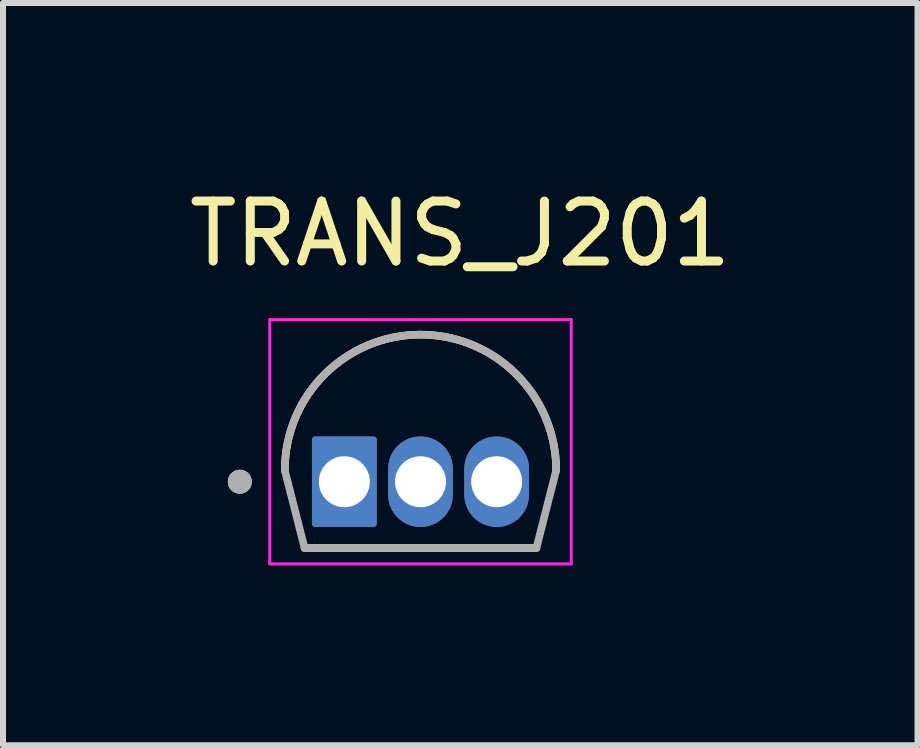
<source format=kicad_pcb>
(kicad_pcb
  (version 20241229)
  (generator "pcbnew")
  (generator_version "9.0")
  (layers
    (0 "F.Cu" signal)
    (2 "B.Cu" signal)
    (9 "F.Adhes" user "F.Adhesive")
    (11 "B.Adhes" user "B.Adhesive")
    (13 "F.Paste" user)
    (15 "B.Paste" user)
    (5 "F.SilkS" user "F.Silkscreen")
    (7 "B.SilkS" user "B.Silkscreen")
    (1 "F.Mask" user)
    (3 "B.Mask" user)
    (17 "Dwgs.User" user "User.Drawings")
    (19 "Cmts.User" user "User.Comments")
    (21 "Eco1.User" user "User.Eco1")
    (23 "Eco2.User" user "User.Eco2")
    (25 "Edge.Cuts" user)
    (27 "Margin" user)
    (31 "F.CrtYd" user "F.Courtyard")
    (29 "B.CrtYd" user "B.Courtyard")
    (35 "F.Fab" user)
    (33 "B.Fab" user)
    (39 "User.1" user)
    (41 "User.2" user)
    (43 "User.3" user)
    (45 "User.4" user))
  (footprint "TRANS_J201"
    (layer "F.Cu")
    (at 3.962 4.983)
    (property "Reference" "TRANS_J201" (at 0.662 -4.135 0) (layer "F.SilkS") (effects (font (size 1 1) (thickness 0.15))))
    (attr through_hole)
    (fp_poly (pts (xy -0.635 0.215) (xy -0.635 -0.215) (xy -0.634 -0.248) (xy -0.632 -0.281) (xy -0.627 -0.314) (xy -0.621 -0.347) (xy -0.613 -0.379) (xy -0.604 -0.411) (xy -0.593 -0.443) (xy -0.58 -0.473) (xy -0.566 -0.503) (xy -0.55 -0.532) (xy -0.533 -0.561) (xy -0.514 -0.588) (xy -0.493 -0.615) (xy -0.472 -0.64) (xy -0.449 -0.664) (xy -0.425 -0.687) (xy -0.4 -0.708) (xy -0.373 -0.729) (xy -0.346 -0.748) (xy -0.317 -0.765) (xy -0.288 -0.781) (xy -0.258 -0.795) (xy -0.228 -0.808) (xy -0.196 -0.819) (xy -0.164 -0.828) (xy -0.132 -0.836) (xy -0.099 -0.842) (xy -0.066 -0.847) (xy -0.033 -0.849) (xy 0 -0.85) (xy 0.033 -0.849) (xy 0.066 -0.847) (xy 0.099 -0.842) (xy 0.132 -0.836) (xy 0.164 -0.828) (xy 0.196 -0.819) (xy 0.228 -0.808) (xy 0.258 -0.795) (xy 0.288 -0.781) (xy 0.318 -0.765) (xy 0.346 -0.748) (xy 0.373 -0.729) (xy 0.4 -0.708) (xy 0.425 -0.687) (xy 0.449 -0.664) (xy 0.472 -0.64) (xy 0.493 -0.615) (xy 0.514 -0.588) (xy 0.533 -0.561) (xy 0.55 -0.532) (xy 0.566 -0.503) (xy 0.58 -0.473) (xy 0.593 -0.443) (xy 0.604 -0.411) (xy 0.613 -0.379) (xy 0.621 -0.347) (xy 0.627 -0.314) (xy 0.632 -0.281) (xy 0.634 -0.248) (xy 0.635 -0.215) (xy 0.635 0.215) (xy 0.634 0.248) (xy 0.632 0.281) (xy 0.627 0.314) (xy 0.621 0.347) (xy 0.613 0.379) (xy 0.604 0.411) (xy 0.593 0.443) (xy 0.58 0.473) (xy 0.566 0.503) (xy 0.55 0.532) (xy 0.533 0.561) (xy 0.514 0.588) (xy 0.493 0.615) (xy 0.472 0.64) (xy 0.449 0.664) (xy 0.425 0.687) (xy 0.4 0.708) (xy 0.373 0.729) (xy 0.346 0.748) (xy 0.318 0.765) (xy 0.288 0.781) (xy 0.258 0.795) (xy 0.228 0.808) (xy 0.196 0.819) (xy 0.164 0.828) (xy 0.132 0.836) (xy 0.099 0.842) (xy 0.066 0.847) (xy 0.033 0.849) (xy 0 0.85) (xy -0.033 0.849) (xy -0.066 0.847) (xy -0.099 0.842) (xy -0.132 0.836) (xy -0.164 0.828) (xy -0.196 0.819) (xy -0.228 0.808) (xy -0.258 0.795) (xy -0.288 0.781) (xy -0.317 0.765) (xy -0.346 0.748) (xy -0.373 0.729) (xy -0.4 0.708) (xy -0.425 0.687) (xy -0.449 0.664) (xy -0.472 0.64) (xy -0.493 0.615) (xy -0.514 0.588) (xy -0.533 0.561) (xy -0.55 0.532) (xy -0.566 0.503) (xy -0.58 0.473) (xy -0.593 0.443) (xy -0.604 0.411) (xy -0.613 0.379) (xy -0.621 0.347) (xy -0.627 0.314) (xy -0.632 0.281) (xy -0.634 0.248) (xy -0.635 0.215)) (stroke (width 0.01) (type solid)) (fill yes) (layer "F.Mask"))
    (fp_poly (pts (xy 0.635 0.215) (xy 0.635 -0.215) (xy 0.636 -0.248) (xy 0.638 -0.281) (xy 0.643 -0.314) (xy 0.649 -0.347) (xy 0.657 -0.379) (xy 0.666 -0.411) (xy 0.677 -0.443) (xy 0.69 -0.473) (xy 0.704 -0.503) (xy 0.72 -0.532) (xy 0.737 -0.561) (xy 0.756 -0.588) (xy 0.777 -0.615) (xy 0.798 -0.64) (xy 0.821 -0.664) (xy 0.845 -0.687) (xy 0.87 -0.708) (xy 0.897 -0.729) (xy 0.924 -0.748) (xy 0.953 -0.765) (xy 0.982 -0.781) (xy 1.012 -0.795) (xy 1.042 -0.808) (xy 1.074 -0.819) (xy 1.106 -0.828) (xy 1.138 -0.836) (xy 1.171 -0.842) (xy 1.204 -0.847) (xy 1.237 -0.849) (xy 1.27 -0.85) (xy 1.303 -0.849) (xy 1.336 -0.847) (xy 1.369 -0.842) (xy 1.402 -0.836) (xy 1.434 -0.828) (xy 1.466 -0.819) (xy 1.498 -0.808) (xy 1.528 -0.795) (xy 1.558 -0.781) (xy 1.588 -0.765) (xy 1.616 -0.748) (xy 1.643 -0.729) (xy 1.67 -0.708) (xy 1.695 -0.687) (xy 1.719 -0.664) (xy 1.742 -0.64) (xy 1.763 -0.615) (xy 1.784 -0.588) (xy 1.803 -0.561) (xy 1.82 -0.532) (xy 1.836 -0.503) (xy 1.85 -0.473) (xy 1.863 -0.443) (xy 1.874 -0.411) (xy 1.883 -0.379) (xy 1.891 -0.347) (xy 1.897 -0.314) (xy 1.902 -0.281) (xy 1.904 -0.248) (xy 1.905 -0.215) (xy 1.905 0.215) (xy 1.904 0.248) (xy 1.902 0.281) (xy 1.897 0.314) (xy 1.891 0.347) (xy 1.883 0.379) (xy 1.874 0.411) (xy 1.863 0.443) (xy 1.85 0.473) (xy 1.836 0.503) (xy 1.82 0.532) (xy 1.803 0.561) (xy 1.784 0.588) (xy 1.763 0.615) (xy 1.742 0.64) (xy 1.719 0.664) (xy 1.695 0.687) (xy 1.67 0.708) (xy 1.643 0.729) (xy 1.616 0.748) (xy 1.588 0.765) (xy 1.558 0.781) (xy 1.528 0.795) (xy 1.498 0.808) (xy 1.466 0.819) (xy 1.434 0.828) (xy 1.402 0.836) (xy 1.369 0.842) (xy 1.336 0.847) (xy 1.303 0.849) (xy 1.27 0.85) (xy 1.237 0.849) (xy 1.204 0.847) (xy 1.171 0.842) (xy 1.138 0.836) (xy 1.106 0.828) (xy 1.074 0.819) (xy 1.042 0.808) (xy 1.012 0.795) (xy 0.982 0.781) (xy 0.953 0.765) (xy 0.924 0.748) (xy 0.897 0.729) (xy 0.87 0.708) (xy 0.845 0.687) (xy 0.821 0.664) (xy 0.798 0.64) (xy 0.777 0.615) (xy 0.756 0.588) (xy 0.737 0.561) (xy 0.72 0.532) (xy 0.704 0.503) (xy 0.69 0.473) (xy 0.677 0.443) (xy 0.666 0.411) (xy 0.657 0.379) (xy 0.649 0.347) (xy 0.643 0.314) (xy 0.638 0.281) (xy 0.636 0.248) (xy 0.635 0.215)) (stroke (width 0.01) (type solid)) (fill yes) (layer "F.Mask"))
    (fp_poly (pts (xy -0.635 -0.75) (xy -0.635 0.75) (xy -0.635 0.755) (xy -0.636 0.76) (xy -0.636 0.766) (xy -0.637 0.771) (xy -0.638 0.776) (xy -0.64 0.781) (xy -0.642 0.786) (xy -0.644 0.791) (xy -0.646 0.795) (xy -0.648 0.8) (xy -0.651 0.804) (xy -0.654 0.809) (xy -0.657 0.813) (xy -0.661 0.817) (xy -0.664 0.821) (xy -0.668 0.824) (xy -0.672 0.828) (xy -0.676 0.831) (xy -0.681 0.834) (xy -0.685 0.837) (xy -0.69 0.839) (xy -0.694 0.841) (xy -0.699 0.843) (xy -0.704 0.845) (xy -0.709 0.847) (xy -0.714 0.848) (xy -0.719 0.849) (xy -0.725 0.849) (xy -0.73 0.85) (xy -0.735 0.85) (xy -1.805 0.85) (xy -1.81 0.85) (xy -1.815 0.849) (xy -1.821 0.849) (xy -1.826 0.848) (xy -1.831 0.847) (xy -1.836 0.845) (xy -1.841 0.843) (xy -1.846 0.841) (xy -1.85 0.839) (xy -1.855 0.837) (xy -1.859 0.834) (xy -1.864 0.831) (xy -1.868 0.828) (xy -1.872 0.824) (xy -1.876 0.821) (xy -1.879 0.817) (xy -1.883 0.813) (xy -1.886 0.809) (xy -1.889 0.804) (xy -1.892 0.8) (xy -1.894 0.795) (xy -1.896 0.791) (xy -1.898 0.786) (xy -1.9 0.781) (xy -1.902 0.776) (xy -1.903 0.771) (xy -1.904 0.766) (xy -1.904 0.76) (xy -1.905 0.755) (xy -1.905 0.75) (xy -1.905 -0.75) (xy -1.905 -0.755) (xy -1.904 -0.76) (xy -1.904 -0.766) (xy -1.903 -0.771) (xy -1.902 -0.776) (xy -1.9 -0.781) (xy -1.898 -0.786) (xy -1.896 -0.791) (xy -1.894 -0.795) (xy -1.892 -0.8) (xy -1.889 -0.804) (xy -1.886 -0.809) (xy -1.883 -0.813) (xy -1.879 -0.817) (xy -1.876 -0.821) (xy -1.872 -0.824) (xy -1.868 -0.828) (xy -1.864 -0.831) (xy -1.859 -0.834) (xy -1.855 -0.837) (xy -1.85 -0.839) (xy -1.846 -0.841) (xy -1.841 -0.843) (xy -1.836 -0.845) (xy -1.831 -0.847) (xy -1.826 -0.848) (xy -1.821 -0.849) (xy -1.815 -0.849) (xy -1.81 -0.85) (xy -1.805 -0.85) (xy -0.735 -0.85) (xy -0.73 -0.85) (xy -0.725 -0.849) (xy -0.719 -0.849) (xy -0.714 -0.848) (xy -0.709 -0.847) (xy -0.704 -0.845) (xy -0.699 -0.843) (xy -0.694 -0.841) (xy -0.69 -0.839) (xy -0.685 -0.837) (xy -0.681 -0.834) (xy -0.676 -0.831) (xy -0.672 -0.828) (xy -0.668 -0.824) (xy -0.664 -0.821) (xy -0.661 -0.817) (xy -0.657 -0.813) (xy -0.654 -0.809) (xy -0.651 -0.804) (xy -0.648 -0.8) (xy -0.646 -0.795) (xy -0.644 -0.791) (xy -0.642 -0.786) (xy -0.64 -0.781) (xy -0.638 -0.776) (xy -0.637 -0.771) (xy -0.636 -0.766) (xy -0.636 -0.76) (xy -0.635 -0.755) (xy -0.635 -0.75)) (stroke (width 0.01) (type solid)) (fill yes) (layer "F.Mask"))
    (fp_poly (pts (xy -0.635 0.215) (xy -0.635 -0.215) (xy -0.634 -0.248) (xy -0.632 -0.281) (xy -0.627 -0.314) (xy -0.621 -0.347) (xy -0.613 -0.379) (xy -0.604 -0.411) (xy -0.593 -0.443) (xy -0.58 -0.473) (xy -0.566 -0.503) (xy -0.55 -0.532) (xy -0.533 -0.561) (xy -0.514 -0.588) (xy -0.493 -0.615) (xy -0.472 -0.64) (xy -0.449 -0.664) (xy -0.425 -0.687) (xy -0.4 -0.708) (xy -0.373 -0.729) (xy -0.346 -0.748) (xy -0.317 -0.765) (xy -0.288 -0.781) (xy -0.258 -0.795) (xy -0.228 -0.808) (xy -0.196 -0.819) (xy -0.164 -0.828) (xy -0.132 -0.836) (xy -0.099 -0.842) (xy -0.066 -0.847) (xy -0.033 -0.849) (xy 0 -0.85) (xy 0.033 -0.849) (xy 0.066 -0.847) (xy 0.099 -0.842) (xy 0.132 -0.836) (xy 0.164 -0.828) (xy 0.196 -0.819) (xy 0.228 -0.808) (xy 0.258 -0.795) (xy 0.288 -0.781) (xy 0.318 -0.765) (xy 0.346 -0.748) (xy 0.373 -0.729) (xy 0.4 -0.708) (xy 0.425 -0.687) (xy 0.449 -0.664) (xy 0.472 -0.64) (xy 0.493 -0.615) (xy 0.514 -0.588) (xy 0.533 -0.561) (xy 0.55 -0.532) (xy 0.566 -0.503) (xy 0.58 -0.473) (xy 0.593 -0.443) (xy 0.604 -0.411) (xy 0.613 -0.379) (xy 0.621 -0.347) (xy 0.627 -0.314) (xy 0.632 -0.281) (xy 0.634 -0.248) (xy 0.635 -0.215) (xy 0.635 0.215) (xy 0.634 0.248) (xy 0.632 0.281) (xy 0.627 0.314) (xy 0.621 0.347) (xy 0.613 0.379) (xy 0.604 0.411) (xy 0.593 0.443) (xy 0.58 0.473) (xy 0.566 0.503) (xy 0.55 0.532) (xy 0.533 0.561) (xy 0.514 0.588) (xy 0.493 0.615) (xy 0.472 0.64) (xy 0.449 0.664) (xy 0.425 0.687) (xy 0.4 0.708) (xy 0.373 0.729) (xy 0.346 0.748) (xy 0.318 0.765) (xy 0.288 0.781) (xy 0.258 0.795) (xy 0.228 0.808) (xy 0.196 0.819) (xy 0.164 0.828) (xy 0.132 0.836) (xy 0.099 0.842) (xy 0.066 0.847) (xy 0.033 0.849) (xy 0 0.85) (xy -0.033 0.849) (xy -0.066 0.847) (xy -0.099 0.842) (xy -0.132 0.836) (xy -0.164 0.828) (xy -0.196 0.819) (xy -0.228 0.808) (xy -0.258 0.795) (xy -0.288 0.781) (xy -0.317 0.765) (xy -0.346 0.748) (xy -0.373 0.729) (xy -0.4 0.708) (xy -0.425 0.687) (xy -0.449 0.664) (xy -0.472 0.64) (xy -0.493 0.615) (xy -0.514 0.588) (xy -0.533 0.561) (xy -0.55 0.532) (xy -0.566 0.503) (xy -0.58 0.473) (xy -0.593 0.443) (xy -0.604 0.411) (xy -0.613 0.379) (xy -0.621 0.347) (xy -0.627 0.314) (xy -0.632 0.281) (xy -0.634 0.248) (xy -0.635 0.215)) (stroke (width 0.01) (type solid)) (fill yes) (layer "B.Mask"))
    (fp_poly (pts (xy 0.635 0.215) (xy 0.635 -0.215) (xy 0.636 -0.248) (xy 0.638 -0.281) (xy 0.643 -0.314) (xy 0.649 -0.347) (xy 0.657 -0.379) (xy 0.666 -0.411) (xy 0.677 -0.443) (xy 0.69 -0.473) (xy 0.704 -0.503) (xy 0.72 -0.532) (xy 0.737 -0.561) (xy 0.756 -0.588) (xy 0.777 -0.615) (xy 0.798 -0.64) (xy 0.821 -0.664) (xy 0.845 -0.687) (xy 0.87 -0.708) (xy 0.897 -0.729) (xy 0.924 -0.748) (xy 0.953 -0.765) (xy 0.982 -0.781) (xy 1.012 -0.795) (xy 1.042 -0.808) (xy 1.074 -0.819) (xy 1.106 -0.828) (xy 1.138 -0.836) (xy 1.171 -0.842) (xy 1.204 -0.847) (xy 1.237 -0.849) (xy 1.27 -0.85) (xy 1.303 -0.849) (xy 1.336 -0.847) (xy 1.369 -0.842) (xy 1.402 -0.836) (xy 1.434 -0.828) (xy 1.466 -0.819) (xy 1.498 -0.808) (xy 1.528 -0.795) (xy 1.558 -0.781) (xy 1.588 -0.765) (xy 1.616 -0.748) (xy 1.643 -0.729) (xy 1.67 -0.708) (xy 1.695 -0.687) (xy 1.719 -0.664) (xy 1.742 -0.64) (xy 1.763 -0.615) (xy 1.784 -0.588) (xy 1.803 -0.561) (xy 1.82 -0.532) (xy 1.836 -0.503) (xy 1.85 -0.473) (xy 1.863 -0.443) (xy 1.874 -0.411) (xy 1.883 -0.379) (xy 1.891 -0.347) (xy 1.897 -0.314) (xy 1.902 -0.281) (xy 1.904 -0.248) (xy 1.905 -0.215) (xy 1.905 0.215) (xy 1.904 0.248) (xy 1.902 0.281) (xy 1.897 0.314) (xy 1.891 0.347) (xy 1.883 0.379) (xy 1.874 0.411) (xy 1.863 0.443) (xy 1.85 0.473) (xy 1.836 0.503) (xy 1.82 0.532) (xy 1.803 0.561) (xy 1.784 0.588) (xy 1.763 0.615) (xy 1.742 0.64) (xy 1.719 0.664) (xy 1.695 0.687) (xy 1.67 0.708) (xy 1.643 0.729) (xy 1.616 0.748) (xy 1.588 0.765) (xy 1.558 0.781) (xy 1.528 0.795) (xy 1.498 0.808) (xy 1.466 0.819) (xy 1.434 0.828) (xy 1.402 0.836) (xy 1.369 0.842) (xy 1.336 0.847) (xy 1.303 0.849) (xy 1.27 0.85) (xy 1.237 0.849) (xy 1.204 0.847) (xy 1.171 0.842) (xy 1.138 0.836) (xy 1.106 0.828) (xy 1.074 0.819) (xy 1.042 0.808) (xy 1.012 0.795) (xy 0.982 0.781) (xy 0.953 0.765) (xy 0.924 0.748) (xy 0.897 0.729) (xy 0.87 0.708) (xy 0.845 0.687) (xy 0.821 0.664) (xy 0.798 0.64) (xy 0.777 0.615) (xy 0.756 0.588) (xy 0.737 0.561) (xy 0.72 0.532) (xy 0.704 0.503) (xy 0.69 0.473) (xy 0.677 0.443) (xy 0.666 0.411) (xy 0.657 0.379) (xy 0.649 0.347) (xy 0.643 0.314) (xy 0.638 0.281) (xy 0.636 0.248) (xy 0.635 0.215)) (stroke (width 0.01) (type solid)) (fill yes) (layer "B.Mask"))
    (fp_poly (pts (xy -0.635 -0.75) (xy -0.635 0.75) (xy -0.635 0.755) (xy -0.636 0.76) (xy -0.636 0.766) (xy -0.637 0.771) (xy -0.638 0.776) (xy -0.64 0.781) (xy -0.642 0.786) (xy -0.644 0.791) (xy -0.646 0.795) (xy -0.648 0.8) (xy -0.651 0.804) (xy -0.654 0.809) (xy -0.657 0.813) (xy -0.661 0.817) (xy -0.664 0.821) (xy -0.668 0.824) (xy -0.672 0.828) (xy -0.676 0.831) (xy -0.681 0.834) (xy -0.685 0.837) (xy -0.69 0.839) (xy -0.694 0.841) (xy -0.699 0.843) (xy -0.704 0.845) (xy -0.709 0.847) (xy -0.714 0.848) (xy -0.719 0.849) (xy -0.725 0.849) (xy -0.73 0.85) (xy -0.735 0.85) (xy -1.805 0.85) (xy -1.81 0.85) (xy -1.815 0.849) (xy -1.821 0.849) (xy -1.826 0.848) (xy -1.831 0.847) (xy -1.836 0.845) (xy -1.841 0.843) (xy -1.846 0.841) (xy -1.85 0.839) (xy -1.855 0.837) (xy -1.859 0.834) (xy -1.864 0.831) (xy -1.868 0.828) (xy -1.872 0.824) (xy -1.876 0.821) (xy -1.879 0.817) (xy -1.883 0.813) (xy -1.886 0.809) (xy -1.889 0.804) (xy -1.892 0.8) (xy -1.894 0.795) (xy -1.896 0.791) (xy -1.898 0.786) (xy -1.9 0.781) (xy -1.902 0.776) (xy -1.903 0.771) (xy -1.904 0.766) (xy -1.904 0.76) (xy -1.905 0.755) (xy -1.905 0.75) (xy -1.905 -0.75) (xy -1.905 -0.755) (xy -1.904 -0.76) (xy -1.904 -0.766) (xy -1.903 -0.771) (xy -1.902 -0.776) (xy -1.9 -0.781) (xy -1.898 -0.786) (xy -1.896 -0.791) (xy -1.894 -0.795) (xy -1.892 -0.8) (xy -1.889 -0.804) (xy -1.886 -0.809) (xy -1.883 -0.813) (xy -1.879 -0.817) (xy -1.876 -0.821) (xy -1.872 -0.824) (xy -1.868 -0.828) (xy -1.864 -0.831) (xy -1.859 -0.834) (xy -1.855 -0.837) (xy -1.85 -0.839) (xy -1.846 -0.841) (xy -1.841 -0.843) (xy -1.836 -0.845) (xy -1.831 -0.847) (xy -1.826 -0.848) (xy -1.821 -0.849) (xy -1.815 -0.849) (xy -1.81 -0.85) (xy -1.805 -0.85) (xy -0.735 -0.85) (xy -0.73 -0.85) (xy -0.725 -0.849) (xy -0.719 -0.849) (xy -0.714 -0.848) (xy -0.709 -0.847) (xy -0.704 -0.845) (xy -0.699 -0.843) (xy -0.694 -0.841) (xy -0.69 -0.839) (xy -0.685 -0.837) (xy -0.681 -0.834) (xy -0.676 -0.831) (xy -0.672 -0.828) (xy -0.668 -0.824) (xy -0.664 -0.821) (xy -0.661 -0.817) (xy -0.657 -0.813) (xy -0.654 -0.809) (xy -0.651 -0.804) (xy -0.648 -0.8) (xy -0.646 -0.795) (xy -0.644 -0.791) (xy -0.642 -0.786) (xy -0.64 -0.781) (xy -0.638 -0.776) (xy -0.637 -0.771) (xy -0.636 -0.766) (xy -0.636 -0.76) (xy -0.635 -0.755) (xy -0.635 -0.75)) (stroke (width 0.01) (type solid)) (fill yes) (layer "B.Mask"))
    (fp_line (start 1.933 1.105) (end -1.933 1.105) (stroke (width 0.127) (type solid)) (layer "F.SilkS"))
    (fp_arc (start -2.2625 -0.19) (mid 0 -2.4525) (end 2.2625 -0.19) (stroke (width 0.127) (type solid)) (layer "F.SilkS"))
    (fp_circle (center -3.013 0) (end -2.913 0) (stroke (width 0.2) (type solid)) (fill no) (layer "F.SilkS"))
    (fp_line (start -2.513 -2.703) (end -2.513 1.37) (stroke (width 0.05) (type solid)) (layer "F.CrtYd"))
    (fp_line (start -2.513 1.37) (end 2.513 1.37) (stroke (width 0.05) (type solid)) (layer "F.CrtYd"))
    (fp_line (start 2.513 -2.703) (end -2.513 -2.703) (stroke (width 0.05) (type solid)) (layer "F.CrtYd"))
    (fp_line (start 2.513 1.37) (end 2.513 -2.703) (stroke (width 0.05) (type solid)) (layer "F.CrtYd"))
    (fp_line (start -1.933 1.105) (end -2.263 -0.19) (stroke (width 0.127) (type solid)) (layer "F.Fab"))
    (fp_line (start 1.933 1.105) (end -1.933 1.105) (stroke (width 0.127) (type solid)) (layer "F.Fab"))
    (fp_line (start 1.933 1.105) (end 2.263 -0.19) (stroke (width 0.127) (type solid)) (layer "F.Fab"))
    (fp_arc (start -2.2625 -0.19) (mid 0 -2.4525) (end 2.2625 -0.19) (stroke (width 0.127) (type solid)) (layer "F.Fab"))
    (fp_circle (center -3.013 0) (end -2.913 0) (stroke (width 0.2) (type solid)) (fill no) (layer "F.Fab"))
    (pad "1" thru_hole custom (at -1.27 0) (size 1.07 1.07) (drill 0.85) (layers "*.Cu") (options (anchor circle)) (primitives (gr_poly (pts (xy -0.535 0.7) (xy -0.535 -0.7) (xy -0.535 -0.703) (xy -0.535 -0.705) (xy -0.534 -0.708) (xy -0.534 -0.71) (xy -0.533 -0.713) (xy -0.533 -0.715) (xy -0.532 -0.718) (xy -0.531 -0.72) (xy -0.53 -0.723) (xy -0.528 -0.725) (xy -0.527 -0.727) (xy -0.525 -0.729) (xy -0.524 -0.731) (xy -0.522 -0.733) (xy -0.52 -0.735) (xy -0.518 -0.737) (xy -0.516 -0.739) (xy -0.514 -0.74) (xy -0.512 -0.742) (xy -0.51 -0.743) (xy -0.508 -0.745) (xy -0.505 -0.746) (xy -0.503 -0.747) (xy -0.5 -0.748) (xy -0.498 -0.748) (xy -0.495 -0.749) (xy -0.493 -0.749) (xy -0.49 -0.75) (xy -0.488 -0.75) (xy -0.485 -0.75) (xy 0.485 -0.75) (xy 0.488 -0.75) (xy 0.49 -0.75) (xy 0.493 -0.749) (xy 0.495 -0.749) (xy 0.498 -0.748) (xy 0.5 -0.748) (xy 0.503 -0.747) (xy 0.505 -0.746) (xy 0.508 -0.745) (xy 0.51 -0.743) (xy 0.512 -0.742) (xy 0.514 -0.74) (xy 0.516 -0.739) (xy 0.518 -0.737) (xy 0.52 -0.735) (xy 0.522 -0.733) (xy 0.524 -0.731) (xy 0.525 -0.729) (xy 0.527 -0.727) (xy 0.528 -0.725) (xy 0.53 -0.723) (xy 0.531 -0.72) (xy 0.532 -0.718) (xy 0.533 -0.715) (xy 0.533 -0.713) (xy 0.534 -0.71) (xy 0.534 -0.708) (xy 0.535 -0.705) (xy 0.535 -0.703) (xy 0.535 -0.7) (xy 0.535 0.7) (xy 0.535 0.703) (xy 0.535 0.705) (xy 0.534 0.708) (xy 0.534 0.71) (xy 0.533 0.713) (xy 0.533 0.715) (xy 0.532 0.718) (xy 0.531 0.72) (xy 0.53 0.723) (xy 0.528 0.725) (xy 0.527 0.727) (xy 0.525 0.729) (xy 0.524 0.731) (xy 0.522 0.733) (xy 0.52 0.735) (xy 0.518 0.737) (xy 0.516 0.739) (xy 0.514 0.74) (xy 0.512 0.742) (xy 0.51 0.743) (xy 0.508 0.745) (xy 0.505 0.746) (xy 0.503 0.747) (xy 0.5 0.748) (xy 0.498 0.748) (xy 0.495 0.749) (xy 0.493 0.749) (xy 0.49 0.75) (xy 0.488 0.75) (xy 0.485 0.75) (xy -0.485 0.75) (xy -0.488 0.75) (xy -0.49 0.75) (xy -0.493 0.749) (xy -0.495 0.749) (xy -0.498 0.748) (xy -0.5 0.748) (xy -0.503 0.747) (xy -0.505 0.746) (xy -0.508 0.745) (xy -0.51 0.743) (xy -0.512 0.742) (xy -0.514 0.74) (xy -0.516 0.739) (xy -0.518 0.737) (xy -0.52 0.735) (xy -0.522 0.733) (xy -0.524 0.731) (xy -0.525 0.729) (xy -0.527 0.727) (xy -0.528 0.725) (xy -0.53 0.723) (xy -0.531 0.72) (xy -0.532 0.718) (xy -0.533 0.715) (xy -0.533 0.713) (xy -0.534 0.71) (xy -0.534 0.708) (xy -0.535 0.705) (xy -0.535 0.703) (xy -0.535 0.7)) (width 0.01) (fill yes))))
    (pad "2" thru_hole custom (at 0 0) (size 1.07 1.07) (drill 0.85) (layers "*.Cu") (options (anchor circle)) (primitives (gr_poly (pts (xy -0.535 0.215) (xy -0.535 -0.215) (xy -0.534 -0.243) (xy -0.532 -0.271) (xy -0.528 -0.299) (xy -0.523 -0.326) (xy -0.517 -0.353) (xy -0.509 -0.38) (xy -0.499 -0.407) (xy -0.489 -0.433) (xy -0.477 -0.458) (xy -0.463 -0.482) (xy -0.449 -0.506) (xy -0.433 -0.529) (xy -0.416 -0.552) (xy -0.398 -0.573) (xy -0.378 -0.593) (xy -0.358 -0.613) (xy -0.337 -0.631) (xy -0.314 -0.648) (xy -0.291 -0.664) (xy -0.267 -0.678) (xy -0.243 -0.692) (xy -0.218 -0.704) (xy -0.192 -0.714) (xy -0.165 -0.724) (xy -0.138 -0.732) (xy -0.111 -0.738) (xy -0.084 -0.743) (xy -0.056 -0.747) (xy -0.028 -0.749) (xy 0 -0.75) (xy 0.028 -0.749) (xy 0.056 -0.747) (xy 0.084 -0.743) (xy 0.111 -0.738) (xy 0.138 -0.732) (xy 0.165 -0.724) (xy 0.192 -0.714) (xy 0.218 -0.704) (xy 0.243 -0.692) (xy 0.268 -0.678) (xy 0.291 -0.664) (xy 0.314 -0.648) (xy 0.337 -0.631) (xy 0.358 -0.613) (xy 0.378 -0.593) (xy 0.398 -0.573) (xy 0.416 -0.552) (xy 0.433 -0.529) (xy 0.449 -0.506) (xy 0.463 -0.482) (xy 0.477 -0.458) (xy 0.489 -0.433) (xy 0.499 -0.407) (xy 0.509 -0.38) (xy 0.517 -0.353) (xy 0.523 -0.326) (xy 0.528 -0.299) (xy 0.532 -0.271) (xy 0.534 -0.243) (xy 0.535 -0.215) (xy 0.535 0.215) (xy 0.534 0.243) (xy 0.532 0.271) (xy 0.528 0.299) (xy 0.523 0.326) (xy 0.517 0.353) (xy 0.509 0.38) (xy 0.499 0.407) (xy 0.489 0.433) (xy 0.477 0.458) (xy 0.463 0.482) (xy 0.449 0.506) (xy 0.433 0.529) (xy 0.416 0.552) (xy 0.398 0.573) (xy 0.378 0.593) (xy 0.358 0.613) (xy 0.337 0.631) (xy 0.314 0.648) (xy 0.291 0.664) (xy 0.268 0.678) (xy 0.243 0.692) (xy 0.218 0.704) (xy 0.192 0.714) (xy 0.165 0.724) (xy 0.138 0.732) (xy 0.111 0.738) (xy 0.084 0.743) (xy 0.056 0.747) (xy 0.028 0.749) (xy 0 0.75) (xy -0.028 0.749) (xy -0.056 0.747) (xy -0.084 0.743) (xy -0.111 0.738) (xy -0.138 0.732) (xy -0.165 0.724) (xy -0.192 0.714) (xy -0.218 0.704) (xy -0.243 0.692) (xy -0.267 0.678) (xy -0.291 0.664) (xy -0.314 0.648) (xy -0.337 0.631) (xy -0.358 0.613) (xy -0.378 0.593) (xy -0.398 0.573) (xy -0.416 0.552) (xy -0.433 0.529) (xy -0.449 0.506) (xy -0.463 0.482) (xy -0.477 0.458) (xy -0.489 0.433) (xy -0.499 0.407) (xy -0.509 0.38) (xy -0.517 0.353) (xy -0.523 0.326) (xy -0.528 0.299) (xy -0.532 0.271) (xy -0.534 0.243) (xy -0.535 0.215)) (width 0.01) (fill yes))))
    (pad "3" thru_hole custom (at 1.27 0) (size 1.07 1.07) (drill 0.85) (layers "*.Cu") (options (anchor circle)) (primitives (gr_poly (pts (xy -0.535 0.215) (xy -0.535 -0.215) (xy -0.534 -0.243) (xy -0.532 -0.271) (xy -0.528 -0.299) (xy -0.523 -0.326) (xy -0.517 -0.353) (xy -0.509 -0.38) (xy -0.499 -0.407) (xy -0.489 -0.433) (xy -0.477 -0.458) (xy -0.463 -0.482) (xy -0.449 -0.506) (xy -0.433 -0.529) (xy -0.416 -0.552) (xy -0.398 -0.573) (xy -0.378 -0.593) (xy -0.358 -0.613) (xy -0.337 -0.631) (xy -0.314 -0.648) (xy -0.291 -0.664) (xy -0.267 -0.678) (xy -0.243 -0.692) (xy -0.218 -0.704) (xy -0.192 -0.714) (xy -0.165 -0.724) (xy -0.138 -0.732) (xy -0.111 -0.738) (xy -0.084 -0.743) (xy -0.056 -0.747) (xy -0.028 -0.749) (xy 0 -0.75) (xy 0.028 -0.749) (xy 0.056 -0.747) (xy 0.084 -0.743) (xy 0.111 -0.738) (xy 0.138 -0.732) (xy 0.165 -0.724) (xy 0.192 -0.714) (xy 0.218 -0.704) (xy 0.243 -0.692) (xy 0.268 -0.678) (xy 0.291 -0.664) (xy 0.314 -0.648) (xy 0.337 -0.631) (xy 0.358 -0.613) (xy 0.378 -0.593) (xy 0.398 -0.573) (xy 0.416 -0.552) (xy 0.433 -0.529) (xy 0.449 -0.506) (xy 0.463 -0.482) (xy 0.477 -0.458) (xy 0.489 -0.433) (xy 0.499 -0.407) (xy 0.509 -0.38) (xy 0.517 -0.353) (xy 0.523 -0.326) (xy 0.528 -0.299) (xy 0.532 -0.271) (xy 0.534 -0.243) (xy 0.535 -0.215) (xy 0.535 0.215) (xy 0.534 0.243) (xy 0.532 0.271) (xy 0.528 0.299) (xy 0.523 0.326) (xy 0.517 0.353) (xy 0.509 0.38) (xy 0.499 0.407) (xy 0.489 0.433) (xy 0.477 0.458) (xy 0.463 0.482) (xy 0.449 0.506) (xy 0.433 0.529) (xy 0.416 0.552) (xy 0.398 0.573) (xy 0.378 0.593) (xy 0.358 0.613) (xy 0.337 0.631) (xy 0.314 0.648) (xy 0.291 0.664) (xy 0.268 0.678) (xy 0.243 0.692) (xy 0.218 0.704) (xy 0.192 0.714) (xy 0.165 0.724) (xy 0.138 0.732) (xy 0.111 0.738) (xy 0.084 0.743) (xy 0.056 0.747) (xy 0.028 0.749) (xy 0 0.75) (xy -0.028 0.749) (xy -0.056 0.747) (xy -0.084 0.743) (xy -0.111 0.738) (xy -0.138 0.732) (xy -0.165 0.724) (xy -0.192 0.714) (xy -0.218 0.704) (xy -0.243 0.692) (xy -0.267 0.678) (xy -0.291 0.664) (xy -0.314 0.648) (xy -0.337 0.631) (xy -0.358 0.613) (xy -0.378 0.593) (xy -0.398 0.573) (xy -0.416 0.552) (xy -0.433 0.529) (xy -0.449 0.506) (xy -0.463 0.482) (xy -0.477 0.458) (xy -0.489 0.433) (xy -0.499 0.407) (xy -0.509 0.38) (xy -0.517 0.353) (xy -0.523 0.326) (xy -0.528 0.299) (xy -0.532 0.271) (xy -0.534 0.243) (xy -0.535 0.215)) (width 0.01) (fill yes)))))
  (gr_rect
    (start -3 -3)
    (end 12.25 9.378)
    (stroke (width 0.1) (type default))
    (fill no)
    (layer "Edge.Cuts")))
</source>
